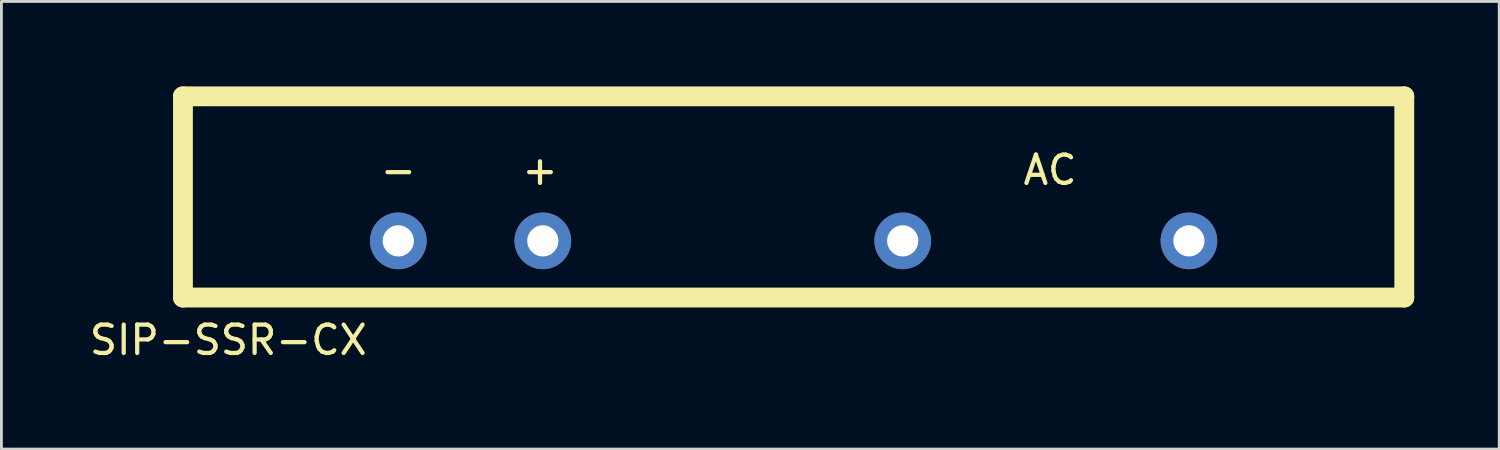
<source format=kicad_pcb>
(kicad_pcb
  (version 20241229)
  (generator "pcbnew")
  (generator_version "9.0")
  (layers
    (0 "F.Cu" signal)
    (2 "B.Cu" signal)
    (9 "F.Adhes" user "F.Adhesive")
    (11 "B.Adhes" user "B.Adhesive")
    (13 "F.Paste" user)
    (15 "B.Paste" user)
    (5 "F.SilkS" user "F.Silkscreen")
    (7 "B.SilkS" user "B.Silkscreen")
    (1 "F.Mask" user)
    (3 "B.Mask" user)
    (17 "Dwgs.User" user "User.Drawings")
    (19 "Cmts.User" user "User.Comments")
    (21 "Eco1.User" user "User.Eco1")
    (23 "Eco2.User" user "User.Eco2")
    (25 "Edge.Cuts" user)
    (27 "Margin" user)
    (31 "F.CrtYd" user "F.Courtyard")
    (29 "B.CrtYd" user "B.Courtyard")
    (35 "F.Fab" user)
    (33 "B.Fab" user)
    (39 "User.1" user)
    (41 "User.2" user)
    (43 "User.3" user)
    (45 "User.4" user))
  (footprint "SIP-SSR-CX"
    (layer "F.Cu")
    (at 11.006 5.45)
    (property "Reference" "SIP-SSR-CX" (at -6 3.5 0) (layer "F.SilkS") (effects (font (size 1 1) (thickness 0.15))))
    (attr through_hole)
    (fp_line (start -7.6 -5.1) (end -7.6 2) (stroke (width 0.7) (type solid)) (layer "F.SilkS"))
    (fp_line (start -7.6 -5.1) (end 35.5 -5.1) (stroke (width 0.7) (type solid)) (layer "F.SilkS"))
    (fp_line (start -7.6 2) (end 35.5 2) (stroke (width 0.7) (type solid)) (layer "F.SilkS"))
    (fp_line (start 35.5 -5.1) (end 35.5 2) (stroke (width 0.7) (type solid)) (layer "F.SilkS"))
    (fp_text user "-" (at 0 -2.5 0) (layer "F.SilkS") (effects (font (size 1 1) (thickness 0.15))))
    (fp_text user "AC" (at 23 -2.5 0) (layer "F.SilkS") (effects (font (size 1 1) (thickness 0.15))))
    (fp_text user "+" (at 5 -2.5 0) (layer "F.SilkS") (effects (font (size 1 1) (thickness 0.15))))
    (pad "1" thru_hole circle (at 27.9 0) (size 2 2) (drill 1.1) (layers "*.Cu" "*.Mask"))
    (pad "2" thru_hole circle (at 17.8 0) (size 2 2) (drill 1.1) (layers "*.Cu" "*.Mask"))
    (pad "3" thru_hole circle (at 5.1 0) (size 2 2) (drill 1.1) (layers "*.Cu" "*.Mask"))
    (pad "4" thru_hole circle (at 0 0) (size 2 2) (drill 1.1) (layers "*.Cu" "*.Mask")))
  (gr_rect
    (start -3 -3)
    (end 49.856 12.798)
    (stroke (width 0.1) (type default))
    (fill no)
    (layer "Edge.Cuts")))
</source>
